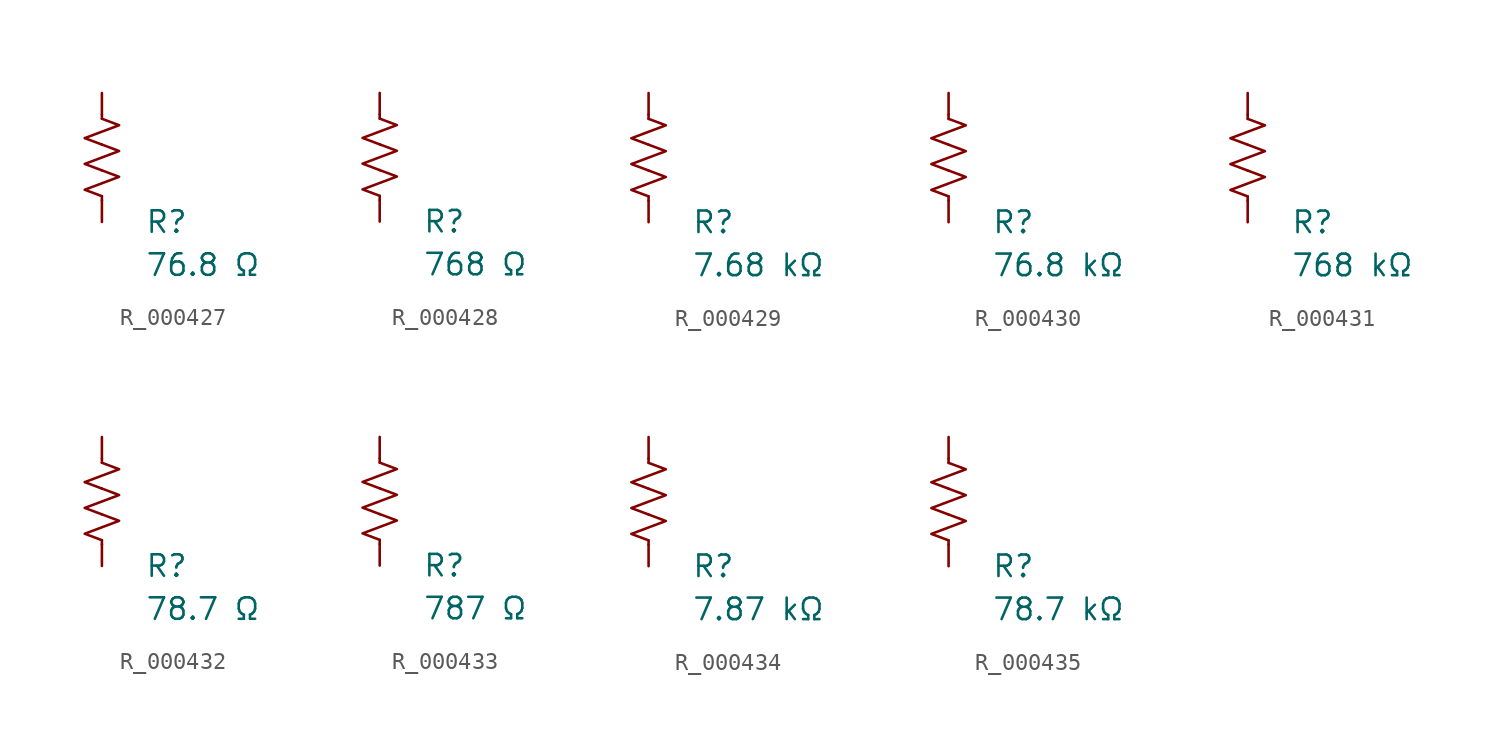
<source format=kicad_sym>
(kicad_symbol_lib
  (version 20231120)
  (generator "kicad_symbol_editor")
  (generator_version "8.0")
  (symbol "R_000427"
    (pin_numbers hide)
    (pin_names
      (offset 0))
    (property "Reference" "R"
      (at 2.54 -3.81 0)
      (effects (font (size 1.27 1.27)) (justify left))
      (show_name no))
    (property "Value" "76.8 Ω"
      (at 2.54 -6.35 0)
      (effects (font (size 1.27 1.27)) (justify left))
      (show_name no))
    (symbol "R_000427_0_1"
      (polyline (pts (xy 0 -2.286) (xy 0 -2.54)) (stroke (width 0) (type default)) (fill (type none)))
      (polyline (pts (xy 0 2.286) (xy 0 2.54)) (stroke (width 0) (type default)) (fill (type none)))
      (polyline (pts (xy 0 -0.762) (xy 1.016 -1.143) (xy 0 -1.524) (xy -1.016 -1.905) (xy 0 -2.286)) (stroke (width 0) (type default)) (fill (type none)))
      (polyline (pts (xy 0 0.762) (xy 1.016 0.381) (xy 0 0) (xy -1.016 -0.381) (xy 0 -0.762)) (stroke (width 0) (type default)) (fill (type none)))
      (polyline (pts (xy 0 2.286) (xy 1.016 1.905) (xy 0 1.524) (xy -1.016 1.143) (xy 0 0.762)) (stroke (width 0) (type default)) (fill (type none))))
    (symbol "R_000427_1_1"
      (pin passive line (at 0 3.81 270) (length 1.27) (name "~" (effects (font (size 1.27 1.27)))) (number "1" (effects (font (size 1.27 1.27)))))
      (pin passive line (at 0 -3.81 90) (length 1.27) (name "~" (effects (font (size 1.27 1.27)))) (number "2" (effects (font (size 1.27 1.27)))))))
  (symbol "R_000428"
    (pin_numbers hide)
    (pin_names
      (offset 0))
    (property "Reference" "R"
      (at 2.54 -3.81 0)
      (effects (font (size 1.27 1.27)) (justify left))
      (show_name no))
    (property "Value" "768 Ω"
      (at 2.54 -6.35 0)
      (effects (font (size 1.27 1.27)) (justify left))
      (show_name no))
    (symbol "R_000428_0_1"
      (polyline (pts (xy 0 -2.286) (xy 0 -2.54)) (stroke (width 0) (type default)) (fill (type none)))
      (polyline (pts (xy 0 2.286) (xy 0 2.54)) (stroke (width 0) (type default)) (fill (type none)))
      (polyline (pts (xy 0 -0.762) (xy 1.016 -1.143) (xy 0 -1.524) (xy -1.016 -1.905) (xy 0 -2.286)) (stroke (width 0) (type default)) (fill (type none)))
      (polyline (pts (xy 0 0.762) (xy 1.016 0.381) (xy 0 0) (xy -1.016 -0.381) (xy 0 -0.762)) (stroke (width 0) (type default)) (fill (type none)))
      (polyline (pts (xy 0 2.286) (xy 1.016 1.905) (xy 0 1.524) (xy -1.016 1.143) (xy 0 0.762)) (stroke (width 0) (type default)) (fill (type none))))
    (symbol "R_000428_1_1"
      (pin passive line (at 0 3.81 270) (length 1.27) (name "~" (effects (font (size 1.27 1.27)))) (number "1" (effects (font (size 1.27 1.27)))))
      (pin passive line (at 0 -3.81 90) (length 1.27) (name "~" (effects (font (size 1.27 1.27)))) (number "2" (effects (font (size 1.27 1.27)))))))
  (symbol "R_000429"
    (pin_numbers hide)
    (pin_names
      (offset 0))
    (property "Reference" "R"
      (at 2.54 -3.81 0)
      (effects (font (size 1.27 1.27)) (justify left))
      (show_name no))
    (property "Value" "7.68 kΩ"
      (at 2.54 -6.35 0)
      (effects (font (size 1.27 1.27)) (justify left))
      (show_name no))
    (symbol "R_000429_0_1"
      (polyline (pts (xy 0 -2.286) (xy 0 -2.54)) (stroke (width 0) (type default)) (fill (type none)))
      (polyline (pts (xy 0 2.286) (xy 0 2.54)) (stroke (width 0) (type default)) (fill (type none)))
      (polyline (pts (xy 0 -0.762) (xy 1.016 -1.143) (xy 0 -1.524) (xy -1.016 -1.905) (xy 0 -2.286)) (stroke (width 0) (type default)) (fill (type none)))
      (polyline (pts (xy 0 0.762) (xy 1.016 0.381) (xy 0 0) (xy -1.016 -0.381) (xy 0 -0.762)) (stroke (width 0) (type default)) (fill (type none)))
      (polyline (pts (xy 0 2.286) (xy 1.016 1.905) (xy 0 1.524) (xy -1.016 1.143) (xy 0 0.762)) (stroke (width 0) (type default)) (fill (type none))))
    (symbol "R_000429_1_1"
      (pin passive line (at 0 3.81 270) (length 1.27) (name "~" (effects (font (size 1.27 1.27)))) (number "1" (effects (font (size 1.27 1.27)))))
      (pin passive line (at 0 -3.81 90) (length 1.27) (name "~" (effects (font (size 1.27 1.27)))) (number "2" (effects (font (size 1.27 1.27)))))))
  (symbol "R_000430"
    (pin_numbers hide)
    (pin_names
      (offset 0))
    (property "Reference" "R"
      (at 2.54 -3.81 0)
      (effects (font (size 1.27 1.27)) (justify left))
      (show_name no))
    (property "Value" "76.8 kΩ"
      (at 2.54 -6.35 0)
      (effects (font (size 1.27 1.27)) (justify left))
      (show_name no))
    (symbol "R_000430_0_1"
      (polyline (pts (xy 0 -2.286) (xy 0 -2.54)) (stroke (width 0) (type default)) (fill (type none)))
      (polyline (pts (xy 0 2.286) (xy 0 2.54)) (stroke (width 0) (type default)) (fill (type none)))
      (polyline (pts (xy 0 -0.762) (xy 1.016 -1.143) (xy 0 -1.524) (xy -1.016 -1.905) (xy 0 -2.286)) (stroke (width 0) (type default)) (fill (type none)))
      (polyline (pts (xy 0 0.762) (xy 1.016 0.381) (xy 0 0) (xy -1.016 -0.381) (xy 0 -0.762)) (stroke (width 0) (type default)) (fill (type none)))
      (polyline (pts (xy 0 2.286) (xy 1.016 1.905) (xy 0 1.524) (xy -1.016 1.143) (xy 0 0.762)) (stroke (width 0) (type default)) (fill (type none))))
    (symbol "R_000430_1_1"
      (pin passive line (at 0 3.81 270) (length 1.27) (name "~" (effects (font (size 1.27 1.27)))) (number "1" (effects (font (size 1.27 1.27)))))
      (pin passive line (at 0 -3.81 90) (length 1.27) (name "~" (effects (font (size 1.27 1.27)))) (number "2" (effects (font (size 1.27 1.27)))))))
  (symbol "R_000431"
    (pin_numbers hide)
    (pin_names
      (offset 0))
    (property "Reference" "R"
      (at 2.54 -3.81 0)
      (effects (font (size 1.27 1.27)) (justify left))
      (show_name no))
    (property "Value" "768 kΩ"
      (at 2.54 -6.35 0)
      (effects (font (size 1.27 1.27)) (justify left))
      (show_name no))
    (symbol "R_000431_0_1"
      (polyline (pts (xy 0 -2.286) (xy 0 -2.54)) (stroke (width 0) (type default)) (fill (type none)))
      (polyline (pts (xy 0 2.286) (xy 0 2.54)) (stroke (width 0) (type default)) (fill (type none)))
      (polyline (pts (xy 0 -0.762) (xy 1.016 -1.143) (xy 0 -1.524) (xy -1.016 -1.905) (xy 0 -2.286)) (stroke (width 0) (type default)) (fill (type none)))
      (polyline (pts (xy 0 0.762) (xy 1.016 0.381) (xy 0 0) (xy -1.016 -0.381) (xy 0 -0.762)) (stroke (width 0) (type default)) (fill (type none)))
      (polyline (pts (xy 0 2.286) (xy 1.016 1.905) (xy 0 1.524) (xy -1.016 1.143) (xy 0 0.762)) (stroke (width 0) (type default)) (fill (type none))))
    (symbol "R_000431_1_1"
      (pin passive line (at 0 3.81 270) (length 1.27) (name "~" (effects (font (size 1.27 1.27)))) (number "1" (effects (font (size 1.27 1.27)))))
      (pin passive line (at 0 -3.81 90) (length 1.27) (name "~" (effects (font (size 1.27 1.27)))) (number "2" (effects (font (size 1.27 1.27)))))))
  (symbol "R_000432"
    (pin_numbers hide)
    (pin_names
      (offset 0))
    (property "Reference" "R"
      (at 2.54 -3.81 0)
      (effects (font (size 1.27 1.27)) (justify left))
      (show_name no))
    (property "Value" "78.7 Ω"
      (at 2.54 -6.35 0)
      (effects (font (size 1.27 1.27)) (justify left))
      (show_name no))
    (symbol "R_000432_0_1"
      (polyline (pts (xy 0 -2.286) (xy 0 -2.54)) (stroke (width 0) (type default)) (fill (type none)))
      (polyline (pts (xy 0 2.286) (xy 0 2.54)) (stroke (width 0) (type default)) (fill (type none)))
      (polyline (pts (xy 0 -0.762) (xy 1.016 -1.143) (xy 0 -1.524) (xy -1.016 -1.905) (xy 0 -2.286)) (stroke (width 0) (type default)) (fill (type none)))
      (polyline (pts (xy 0 0.762) (xy 1.016 0.381) (xy 0 0) (xy -1.016 -0.381) (xy 0 -0.762)) (stroke (width 0) (type default)) (fill (type none)))
      (polyline (pts (xy 0 2.286) (xy 1.016 1.905) (xy 0 1.524) (xy -1.016 1.143) (xy 0 0.762)) (stroke (width 0) (type default)) (fill (type none))))
    (symbol "R_000432_1_1"
      (pin passive line (at 0 3.81 270) (length 1.27) (name "~" (effects (font (size 1.27 1.27)))) (number "1" (effects (font (size 1.27 1.27)))))
      (pin passive line (at 0 -3.81 90) (length 1.27) (name "~" (effects (font (size 1.27 1.27)))) (number "2" (effects (font (size 1.27 1.27)))))))
  (symbol "R_000433"
    (pin_numbers hide)
    (pin_names
      (offset 0))
    (property "Reference" "R"
      (at 2.54 -3.81 0)
      (effects (font (size 1.27 1.27)) (justify left))
      (show_name no))
    (property "Value" "787 Ω"
      (at 2.54 -6.35 0)
      (effects (font (size 1.27 1.27)) (justify left))
      (show_name no))
    (symbol "R_000433_0_1"
      (polyline (pts (xy 0 -2.286) (xy 0 -2.54)) (stroke (width 0) (type default)) (fill (type none)))
      (polyline (pts (xy 0 2.286) (xy 0 2.54)) (stroke (width 0) (type default)) (fill (type none)))
      (polyline (pts (xy 0 -0.762) (xy 1.016 -1.143) (xy 0 -1.524) (xy -1.016 -1.905) (xy 0 -2.286)) (stroke (width 0) (type default)) (fill (type none)))
      (polyline (pts (xy 0 0.762) (xy 1.016 0.381) (xy 0 0) (xy -1.016 -0.381) (xy 0 -0.762)) (stroke (width 0) (type default)) (fill (type none)))
      (polyline (pts (xy 0 2.286) (xy 1.016 1.905) (xy 0 1.524) (xy -1.016 1.143) (xy 0 0.762)) (stroke (width 0) (type default)) (fill (type none))))
    (symbol "R_000433_1_1"
      (pin passive line (at 0 3.81 270) (length 1.27) (name "~" (effects (font (size 1.27 1.27)))) (number "1" (effects (font (size 1.27 1.27)))))
      (pin passive line (at 0 -3.81 90) (length 1.27) (name "~" (effects (font (size 1.27 1.27)))) (number "2" (effects (font (size 1.27 1.27)))))))
  (symbol "R_000434"
    (pin_numbers hide)
    (pin_names
      (offset 0))
    (property "Reference" "R"
      (at 2.54 -3.81 0)
      (effects (font (size 1.27 1.27)) (justify left))
      (show_name no))
    (property "Value" "7.87 kΩ"
      (at 2.54 -6.35 0)
      (effects (font (size 1.27 1.27)) (justify left))
      (show_name no))
    (symbol "R_000434_0_1"
      (polyline (pts (xy 0 -2.286) (xy 0 -2.54)) (stroke (width 0) (type default)) (fill (type none)))
      (polyline (pts (xy 0 2.286) (xy 0 2.54)) (stroke (width 0) (type default)) (fill (type none)))
      (polyline (pts (xy 0 -0.762) (xy 1.016 -1.143) (xy 0 -1.524) (xy -1.016 -1.905) (xy 0 -2.286)) (stroke (width 0) (type default)) (fill (type none)))
      (polyline (pts (xy 0 0.762) (xy 1.016 0.381) (xy 0 0) (xy -1.016 -0.381) (xy 0 -0.762)) (stroke (width 0) (type default)) (fill (type none)))
      (polyline (pts (xy 0 2.286) (xy 1.016 1.905) (xy 0 1.524) (xy -1.016 1.143) (xy 0 0.762)) (stroke (width 0) (type default)) (fill (type none))))
    (symbol "R_000434_1_1"
      (pin passive line (at 0 3.81 270) (length 1.27) (name "~" (effects (font (size 1.27 1.27)))) (number "1" (effects (font (size 1.27 1.27)))))
      (pin passive line (at 0 -3.81 90) (length 1.27) (name "~" (effects (font (size 1.27 1.27)))) (number "2" (effects (font (size 1.27 1.27)))))))
  (symbol "R_000435"
    (pin_numbers hide)
    (pin_names
      (offset 0))
    (property "Reference" "R"
      (at 2.54 -3.81 0)
      (effects (font (size 1.27 1.27)) (justify left))
      (show_name no))
    (property "Value" "78.7 kΩ"
      (at 2.54 -6.35 0)
      (effects (font (size 1.27 1.27)) (justify left))
      (show_name no))
    (symbol "R_000435_0_1"
      (polyline (pts (xy 0 -2.286) (xy 0 -2.54)) (stroke (width 0) (type default)) (fill (type none)))
      (polyline (pts (xy 0 2.286) (xy 0 2.54)) (stroke (width 0) (type default)) (fill (type none)))
      (polyline (pts (xy 0 -0.762) (xy 1.016 -1.143) (xy 0 -1.524) (xy -1.016 -1.905) (xy 0 -2.286)) (stroke (width 0) (type default)) (fill (type none)))
      (polyline (pts (xy 0 0.762) (xy 1.016 0.381) (xy 0 0) (xy -1.016 -0.381) (xy 0 -0.762)) (stroke (width 0) (type default)) (fill (type none)))
      (polyline (pts (xy 0 2.286) (xy 1.016 1.905) (xy 0 1.524) (xy -1.016 1.143) (xy 0 0.762)) (stroke (width 0) (type default)) (fill (type none))))
    (symbol "R_000435_1_1"
      (pin passive line (at 0 3.81 270) (length 1.27) (name "~" (effects (font (size 1.27 1.27)))) (number "1" (effects (font (size 1.27 1.27)))))
      (pin passive line (at 0 -3.81 90) (length 1.27) (name "~" (effects (font (size 1.27 1.27)))) (number "2" (effects (font (size 1.27 1.27))))))))
</source>
